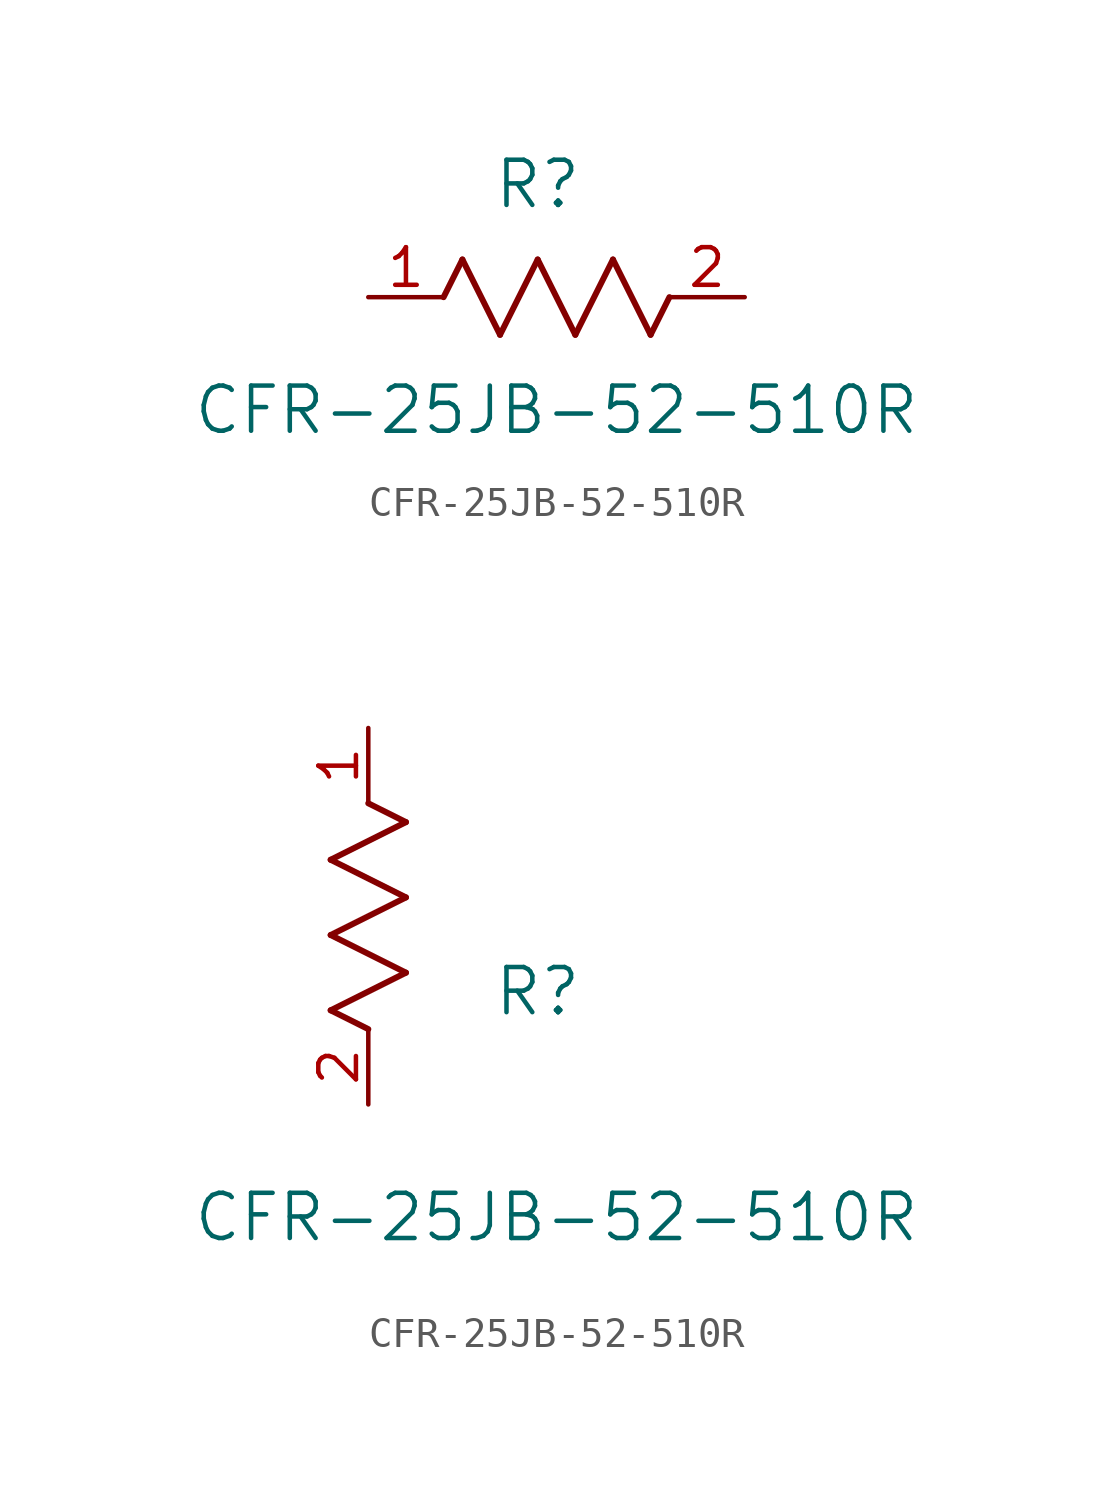
<source format=kicad_sym>
(kicad_symbol_lib
  (version 20211014)
  (generator kicad_symbol_editor)
  (symbol "CFR-25JB-52-510R"
    (pin_names
      (offset 0.254))
    (property "Reference" "R"
      (at 5.715 3.81 0)
      (effects (font (size 1.524 1.524))))
    (property "Value" "CFR-25JB-52-510R"
      (at 6.35 -3.81 0)
      (effects (font (size 1.524 1.524))))
    (symbol "CFR-25JB-52-510R_1_1"
      (polyline (pts (xy 3.175 1.27) (xy 4.445 -1.27)) (stroke (width 0.203) (type default) (color 0 0 0 0)) (fill (type none)))
      (polyline (pts (xy 4.445 -1.27) (xy 5.715 1.27)) (stroke (width 0.203) (type default) (color 0 0 0 0)) (fill (type none)))
      (polyline (pts (xy 5.715 1.27) (xy 6.985 -1.27)) (stroke (width 0.203) (type default) (color 0 0 0 0)) (fill (type none)))
      (polyline (pts (xy 6.985 -1.27) (xy 8.255 1.27)) (stroke (width 0.203) (type default) (color 0 0 0 0)) (fill (type none)))
      (polyline (pts (xy 8.255 1.27) (xy 9.525 -1.27)) (stroke (width 0.203) (type default) (color 0 0 0 0)) (fill (type none)))
      (polyline (pts (xy 2.54 0) (xy 3.175 1.27)) (stroke (width 0.203) (type default) (color 0 0 0 0)) (fill (type none)))
      (polyline (pts (xy 9.525 -1.27) (xy 10.16 0)) (stroke (width 0.203) (type default) (color 0 0 0 0)) (fill (type none)))
      (pin unspecified line (at 0 0 0) (length 2.54) (name "" (effects (font (size 1.27 1.27)))) (number "1" (effects (font (size 1.27 1.27)))))
      (pin unspecified line (at 12.7 0 180) (length 2.54) (name "" (effects (font (size 1.27 1.27)))) (number "2" (effects (font (size 1.27 1.27))))))
    (symbol "CFR-25JB-52-510R_1_2"
      (polyline (pts (xy 0 2.54) (xy -1.27 3.175)) (stroke (width 0.203) (type default) (color 0 0 0 0)) (fill (type none)))
      (polyline (pts (xy -1.27 3.175) (xy 1.27 4.445)) (stroke (width 0.203) (type default) (color 0 0 0 0)) (fill (type none)))
      (polyline (pts (xy 1.27 4.445) (xy -1.27 5.715)) (stroke (width 0.203) (type default) (color 0 0 0 0)) (fill (type none)))
      (polyline (pts (xy -1.27 5.715) (xy 1.27 6.985)) (stroke (width 0.203) (type default) (color 0 0 0 0)) (fill (type none)))
      (polyline (pts (xy -1.27 8.255) (xy 1.27 9.525)) (stroke (width 0.203) (type default) (color 0 0 0 0)) (fill (type none)))
      (polyline (pts (xy 1.27 9.525) (xy 0 10.16)) (stroke (width 0.203) (type default) (color 0 0 0 0)) (fill (type none)))
      (polyline (pts (xy 1.27 6.985) (xy -1.27 8.255)) (stroke (width 0.203) (type default) (color 0 0 0 0)) (fill (type none)))
      (pin unspecified line (at 0 12.7 270) (length 2.54) (name "" (effects (font (size 1.27 1.27)))) (number "1" (effects (font (size 1.27 1.27)))))
      (pin unspecified line (at 0 0 90) (length 2.54) (name "" (effects (font (size 1.27 1.27)))) (number "2" (effects (font (size 1.27 1.27))))))))
</source>
